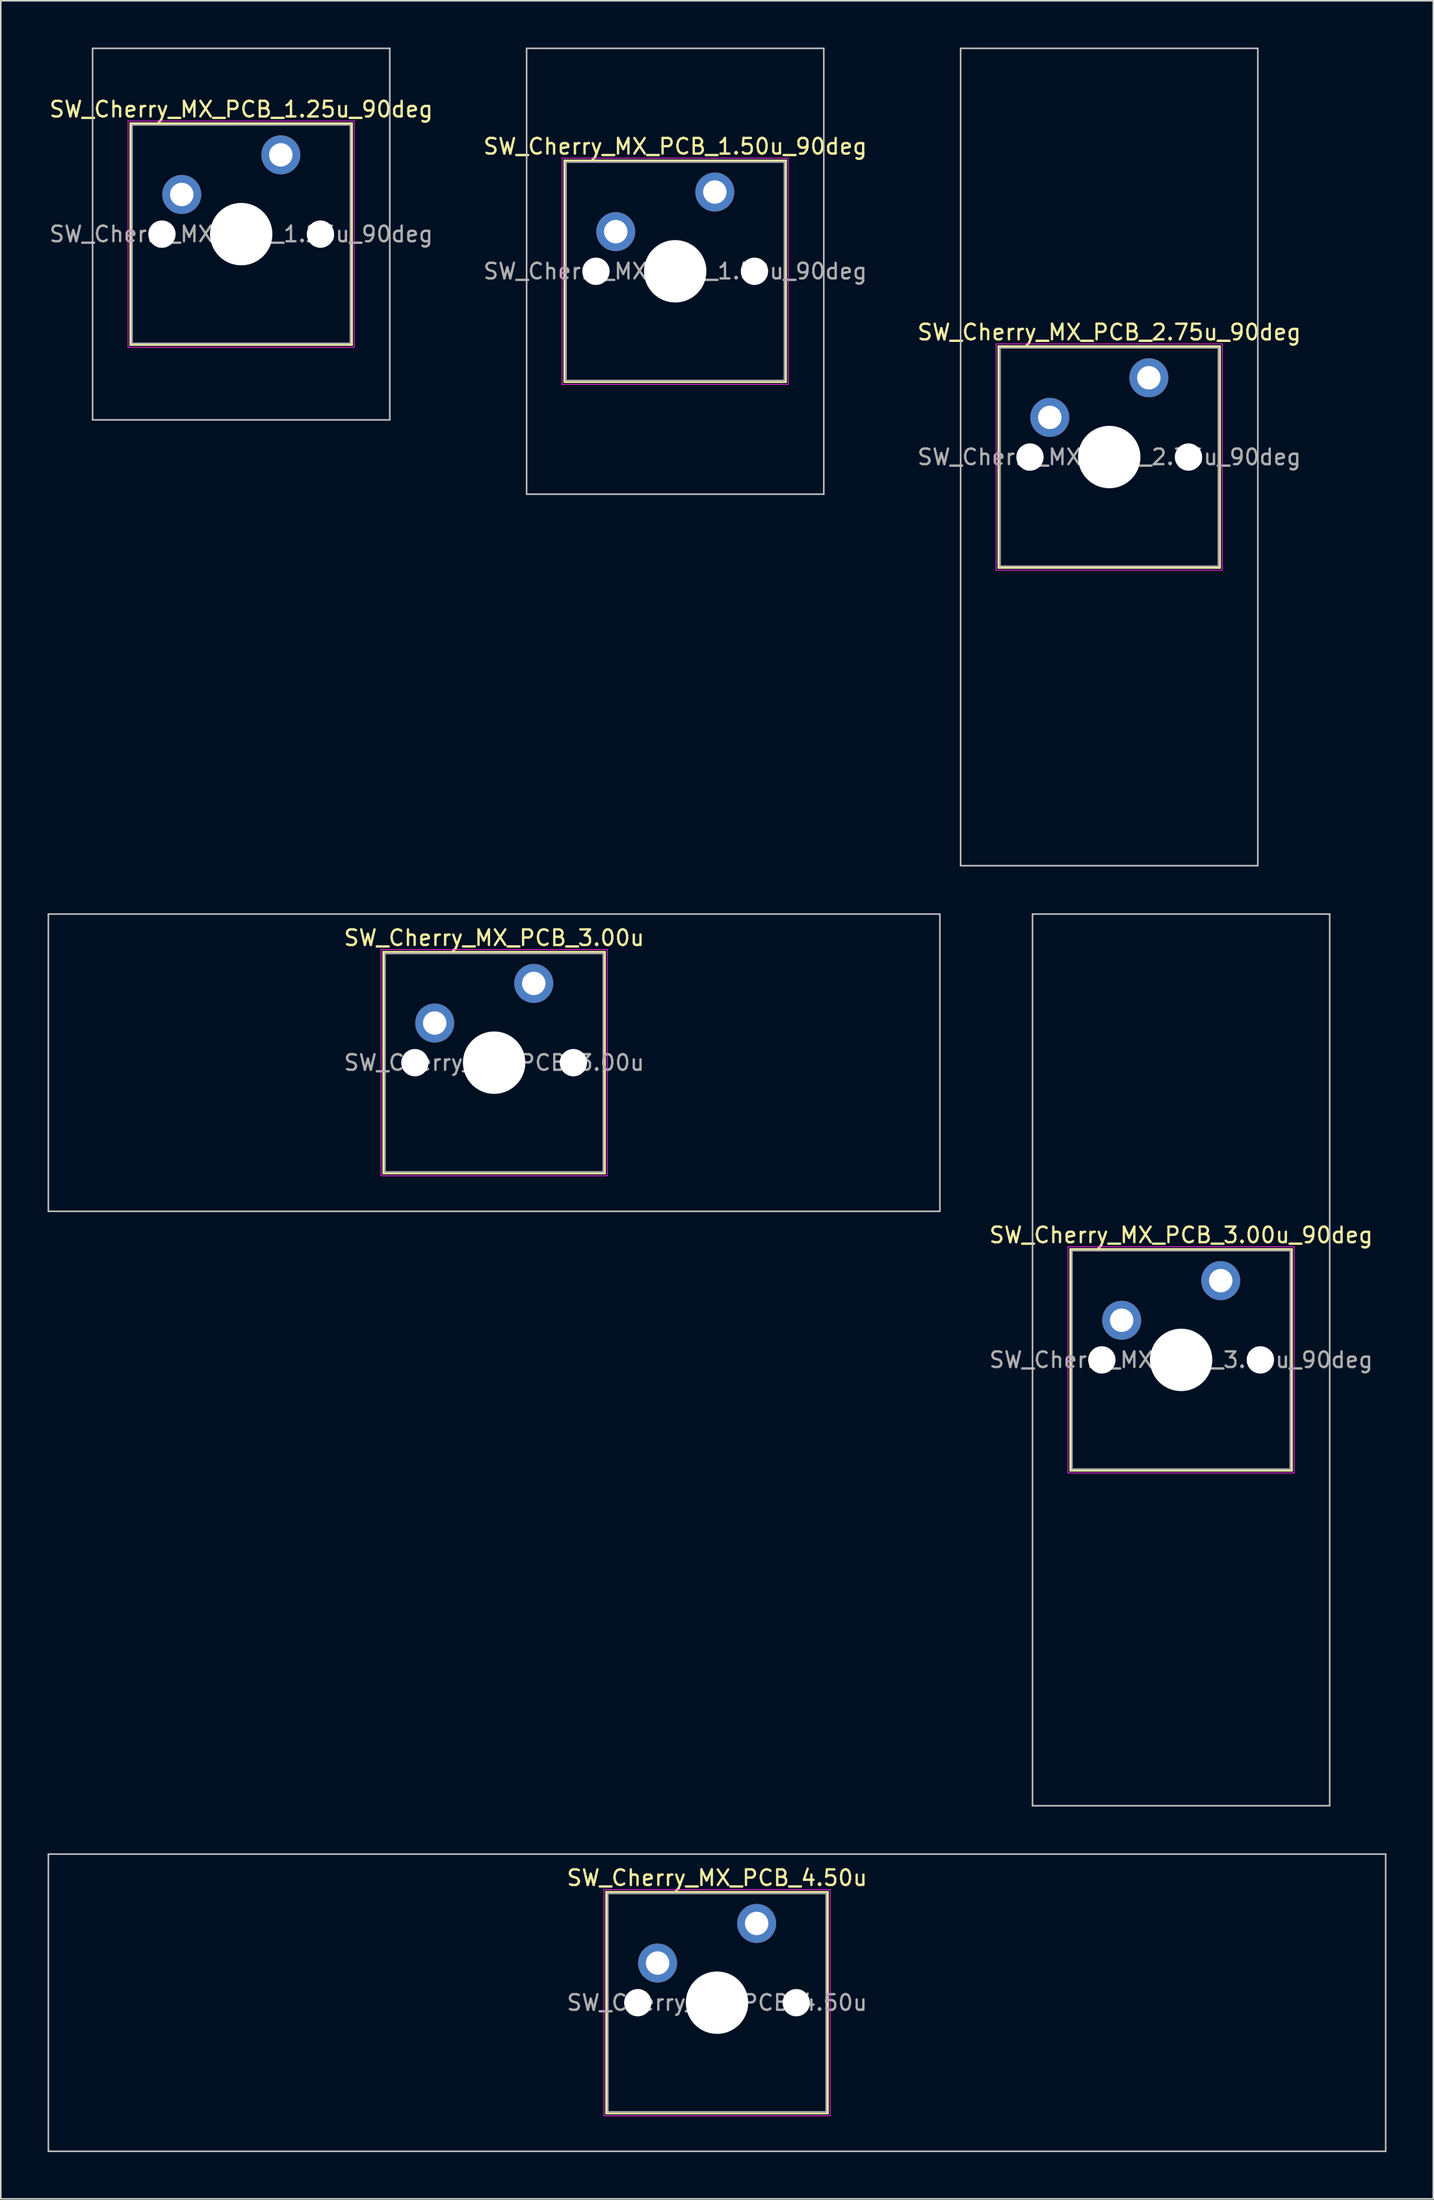
<source format=kicad_pcb>
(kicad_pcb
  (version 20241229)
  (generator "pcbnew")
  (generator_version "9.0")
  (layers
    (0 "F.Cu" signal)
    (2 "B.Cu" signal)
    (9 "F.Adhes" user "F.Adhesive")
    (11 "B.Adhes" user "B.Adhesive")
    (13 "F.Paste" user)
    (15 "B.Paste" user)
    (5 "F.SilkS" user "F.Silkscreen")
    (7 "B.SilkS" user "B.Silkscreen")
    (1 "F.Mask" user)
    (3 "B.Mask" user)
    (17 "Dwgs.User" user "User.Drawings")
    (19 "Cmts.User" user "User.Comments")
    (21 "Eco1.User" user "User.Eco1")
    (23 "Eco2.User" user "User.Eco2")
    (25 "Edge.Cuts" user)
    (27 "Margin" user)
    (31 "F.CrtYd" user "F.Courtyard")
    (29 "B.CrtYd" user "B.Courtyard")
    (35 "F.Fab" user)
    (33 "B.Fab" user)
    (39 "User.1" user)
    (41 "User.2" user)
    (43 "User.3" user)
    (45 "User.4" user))
  (footprint "SW_Cherry_MX_PCB_2.75u_90deg"
    (layer "F.Cu")
    (at 68.054 26.244)
    (property "Reference" "SW_Cherry_MX_PCB_2.75u_90deg" (at 0 -8 0) (layer "F.SilkS") (effects (font (size 1 1) (thickness 0.15))))
    (attr through_hole)
    (fp_line (start -7.1 -7.1) (end -7.1 7.1) (stroke (width 0.12) (type solid)) (layer "F.SilkS"))
    (fp_line (start -7.1 7.1) (end 7.1 7.1) (stroke (width 0.12) (type solid)) (layer "F.SilkS"))
    (fp_line (start 7.1 -7.1) (end -7.1 -7.1) (stroke (width 0.12) (type solid)) (layer "F.SilkS"))
    (fp_line (start 7.1 7.1) (end 7.1 -7.1) (stroke (width 0.12) (type solid)) (layer "F.SilkS"))
    (fp_line (start -9.525 -26.194) (end 9.525 -26.194) (stroke (width 0.1) (type solid)) (layer "Dwgs.User"))
    (fp_line (start -9.525 26.194) (end -9.525 -26.194) (stroke (width 0.1) (type solid)) (layer "Dwgs.User"))
    (fp_line (start 9.525 -26.194) (end 9.525 26.194) (stroke (width 0.1) (type solid)) (layer "Dwgs.User"))
    (fp_line (start 9.525 26.194) (end -9.525 26.194) (stroke (width 0.1) (type solid)) (layer "Dwgs.User"))
    (fp_line (start -7 -7) (end -7 7) (stroke (width 0.1) (type solid)) (layer "Eco1.User"))
    (fp_line (start -7 7) (end 7 7) (stroke (width 0.1) (type solid)) (layer "Eco1.User"))
    (fp_line (start 7 -7) (end -7 -7) (stroke (width 0.1) (type solid)) (layer "Eco1.User"))
    (fp_line (start 7 7) (end 7 -7) (stroke (width 0.1) (type solid)) (layer "Eco1.User"))
    (fp_line (start -7.25 -7.25) (end -7.25 7.25) (stroke (width 0.05) (type solid)) (layer "F.CrtYd"))
    (fp_line (start -7.25 7.25) (end 7.25 7.25) (stroke (width 0.05) (type solid)) (layer "F.CrtYd"))
    (fp_line (start 7.25 -7.25) (end -7.25 -7.25) (stroke (width 0.05) (type solid)) (layer "F.CrtYd"))
    (fp_line (start 7.25 7.25) (end 7.25 -7.25) (stroke (width 0.05) (type solid)) (layer "F.CrtYd"))
    (fp_line (start -7 -7) (end -7 7) (stroke (width 0.1) (type solid)) (layer "F.Fab"))
    (fp_line (start -7 7) (end 7 7) (stroke (width 0.1) (type solid)) (layer "F.Fab"))
    (fp_line (start 7 -7) (end -7 -7) (stroke (width 0.1) (type solid)) (layer "F.Fab"))
    (fp_line (start 7 7) (end 7 -7) (stroke (width 0.1) (type solid)) (layer "F.Fab"))
    (fp_text user "${REFERENCE}" (at 0 0 0) (layer "F.Fab") (effects (font (size 1 1) (thickness 0.15))))
    (pad "" np_thru_hole circle (at -5.08 0) (size 1.75 1.75) (drill 1.75) (layers "*.Cu" "*.Mask"))
    (pad "" smd circle (at -3.81 -2.54) (size 1.55 1.55) (layers "F.Mask"))
    (pad "" np_thru_hole circle (at 0 0) (size 4 4) (drill 4) (layers "*.Cu" "*.Mask"))
    (pad "" smd circle (at 2.54 -5.08) (size 1.55 1.55) (layers "F.Mask"))
    (pad "" np_thru_hole circle (at 5.08 0) (size 1.75 1.75) (drill 1.75) (layers "*.Cu" "*.Mask"))
    (pad "1" thru_hole circle (at -3.81 -2.54) (size 2.5 2.5) (drill 1.5) (layers "*.Cu" "B.Mask"))
    (pad "2" thru_hole circle (at 2.54 -5.08) (size 2.5 2.5) (drill 1.5) (layers "*.Cu" "B.Mask")))
  (footprint "SW_Cherry_MX_PCB_4.50u"
    (layer "F.Cu")
    (at 42.913 125.312)
    (property "Reference" "SW_Cherry_MX_PCB_4.50u" (at 0 -8 0) (layer "F.SilkS") (effects (font (size 1 1) (thickness 0.15))))
    (attr through_hole)
    (fp_line (start -7.1 -7.1) (end -7.1 7.1) (stroke (width 0.12) (type solid)) (layer "F.SilkS"))
    (fp_line (start -7.1 7.1) (end 7.1 7.1) (stroke (width 0.12) (type solid)) (layer "F.SilkS"))
    (fp_line (start 7.1 -7.1) (end -7.1 -7.1) (stroke (width 0.12) (type solid)) (layer "F.SilkS"))
    (fp_line (start 7.1 7.1) (end 7.1 -7.1) (stroke (width 0.12) (type solid)) (layer "F.SilkS"))
    (fp_line (start -42.862 -9.525) (end -42.862 9.525) (stroke (width 0.1) (type solid)) (layer "Dwgs.User"))
    (fp_line (start -42.862 9.525) (end 42.862 9.525) (stroke (width 0.1) (type solid)) (layer "Dwgs.User"))
    (fp_line (start 42.862 -9.525) (end -42.862 -9.525) (stroke (width 0.1) (type solid)) (layer "Dwgs.User"))
    (fp_line (start 42.862 9.525) (end 42.862 -9.525) (stroke (width 0.1) (type solid)) (layer "Dwgs.User"))
    (fp_line (start -7 -7) (end -7 7) (stroke (width 0.1) (type solid)) (layer "Eco1.User"))
    (fp_line (start -7 7) (end 7 7) (stroke (width 0.1) (type solid)) (layer "Eco1.User"))
    (fp_line (start 7 -7) (end -7 -7) (stroke (width 0.1) (type solid)) (layer "Eco1.User"))
    (fp_line (start 7 7) (end 7 -7) (stroke (width 0.1) (type solid)) (layer "Eco1.User"))
    (fp_line (start -7.25 -7.25) (end -7.25 7.25) (stroke (width 0.05) (type solid)) (layer "F.CrtYd"))
    (fp_line (start -7.25 7.25) (end 7.25 7.25) (stroke (width 0.05) (type solid)) (layer "F.CrtYd"))
    (fp_line (start 7.25 -7.25) (end -7.25 -7.25) (stroke (width 0.05) (type solid)) (layer "F.CrtYd"))
    (fp_line (start 7.25 7.25) (end 7.25 -7.25) (stroke (width 0.05) (type solid)) (layer "F.CrtYd"))
    (fp_line (start -7 -7) (end -7 7) (stroke (width 0.1) (type solid)) (layer "F.Fab"))
    (fp_line (start -7 7) (end 7 7) (stroke (width 0.1) (type solid)) (layer "F.Fab"))
    (fp_line (start 7 -7) (end -7 -7) (stroke (width 0.1) (type solid)) (layer "F.Fab"))
    (fp_line (start 7 7) (end 7 -7) (stroke (width 0.1) (type solid)) (layer "F.Fab"))
    (fp_text user "${REFERENCE}" (at 0 0 0) (layer "F.Fab") (effects (font (size 1 1) (thickness 0.15))))
    (pad "" np_thru_hole circle (at -5.08 0) (size 1.75 1.75) (drill 1.75) (layers "*.Cu" "*.Mask"))
    (pad "" smd circle (at -3.81 -2.54) (size 1.55 1.55) (layers "F.Mask"))
    (pad "" np_thru_hole circle (at 0 0) (size 4 4) (drill 4) (layers "*.Cu" "*.Mask"))
    (pad "" smd circle (at 2.54 -5.08) (size 1.55 1.55) (layers "F.Mask"))
    (pad "" np_thru_hole circle (at 5.08 0) (size 1.75 1.75) (drill 1.75) (layers "*.Cu" "*.Mask"))
    (pad "1" thru_hole circle (at -3.81 -2.54) (size 2.5 2.5) (drill 1.5) (layers "*.Cu" "B.Mask"))
    (pad "2" thru_hole circle (at 2.54 -5.08) (size 2.5 2.5) (drill 1.5) (layers "*.Cu" "B.Mask")))
  (footprint "SW_Cherry_MX_PCB_1.50u_90deg"
    (layer "F.Cu")
    (at 40.232 14.338)
    (property "Reference" "SW_Cherry_MX_PCB_1.50u_90deg" (at 0 -8 0) (layer "F.SilkS") (effects (font (size 1 1) (thickness 0.15))))
    (attr through_hole)
    (fp_line (start -7.1 -7.1) (end -7.1 7.1) (stroke (width 0.12) (type solid)) (layer "F.SilkS"))
    (fp_line (start -7.1 7.1) (end 7.1 7.1) (stroke (width 0.12) (type solid)) (layer "F.SilkS"))
    (fp_line (start 7.1 -7.1) (end -7.1 -7.1) (stroke (width 0.12) (type solid)) (layer "F.SilkS"))
    (fp_line (start 7.1 7.1) (end 7.1 -7.1) (stroke (width 0.12) (type solid)) (layer "F.SilkS"))
    (fp_line (start -9.525 -14.287) (end 9.525 -14.287) (stroke (width 0.1) (type solid)) (layer "Dwgs.User"))
    (fp_line (start -9.525 14.287) (end -9.525 -14.287) (stroke (width 0.1) (type solid)) (layer "Dwgs.User"))
    (fp_line (start 9.525 -14.287) (end 9.525 14.287) (stroke (width 0.1) (type solid)) (layer "Dwgs.User"))
    (fp_line (start 9.525 14.287) (end -9.525 14.287) (stroke (width 0.1) (type solid)) (layer "Dwgs.User"))
    (fp_line (start -7 -7) (end -7 7) (stroke (width 0.1) (type solid)) (layer "Eco1.User"))
    (fp_line (start -7 7) (end 7 7) (stroke (width 0.1) (type solid)) (layer "Eco1.User"))
    (fp_line (start 7 -7) (end -7 -7) (stroke (width 0.1) (type solid)) (layer "Eco1.User"))
    (fp_line (start 7 7) (end 7 -7) (stroke (width 0.1) (type solid)) (layer "Eco1.User"))
    (fp_line (start -7.25 -7.25) (end -7.25 7.25) (stroke (width 0.05) (type solid)) (layer "F.CrtYd"))
    (fp_line (start -7.25 7.25) (end 7.25 7.25) (stroke (width 0.05) (type solid)) (layer "F.CrtYd"))
    (fp_line (start 7.25 -7.25) (end -7.25 -7.25) (stroke (width 0.05) (type solid)) (layer "F.CrtYd"))
    (fp_line (start 7.25 7.25) (end 7.25 -7.25) (stroke (width 0.05) (type solid)) (layer "F.CrtYd"))
    (fp_line (start -7 -7) (end -7 7) (stroke (width 0.1) (type solid)) (layer "F.Fab"))
    (fp_line (start -7 7) (end 7 7) (stroke (width 0.1) (type solid)) (layer "F.Fab"))
    (fp_line (start 7 -7) (end -7 -7) (stroke (width 0.1) (type solid)) (layer "F.Fab"))
    (fp_line (start 7 7) (end 7 -7) (stroke (width 0.1) (type solid)) (layer "F.Fab"))
    (fp_text user "${REFERENCE}" (at 0 0 0) (layer "F.Fab") (effects (font (size 1 1) (thickness 0.15))))
    (pad "" np_thru_hole circle (at -5.08 0) (size 1.75 1.75) (drill 1.75) (layers "*.Cu" "*.Mask"))
    (pad "" smd circle (at -3.81 -2.54) (size 1.55 1.55) (layers "F.Mask"))
    (pad "" np_thru_hole circle (at 0 0) (size 4 4) (drill 4) (layers "*.Cu" "*.Mask"))
    (pad "" smd circle (at 2.54 -5.08) (size 1.55 1.55) (layers "F.Mask"))
    (pad "" np_thru_hole circle (at 5.08 0) (size 1.75 1.75) (drill 1.75) (layers "*.Cu" "*.Mask"))
    (pad "1" thru_hole circle (at -3.81 -2.54) (size 2.5 2.5) (drill 1.5) (layers "*.Cu" "B.Mask"))
    (pad "2" thru_hole circle (at 2.54 -5.08) (size 2.5 2.5) (drill 1.5) (layers "*.Cu" "B.Mask")))
  (footprint "SW_Cherry_MX_PCB_3.00u_90deg"
    (layer "F.Cu")
    (at 72.661 84.112)
    (property "Reference" "SW_Cherry_MX_PCB_3.00u_90deg" (at 0 -8 0) (layer "F.SilkS") (effects (font (size 1 1) (thickness 0.15))))
    (attr through_hole)
    (fp_line (start -7.1 -7.1) (end -7.1 7.1) (stroke (width 0.12) (type solid)) (layer "F.SilkS"))
    (fp_line (start -7.1 7.1) (end 7.1 7.1) (stroke (width 0.12) (type solid)) (layer "F.SilkS"))
    (fp_line (start 7.1 -7.1) (end -7.1 -7.1) (stroke (width 0.12) (type solid)) (layer "F.SilkS"))
    (fp_line (start 7.1 7.1) (end 7.1 -7.1) (stroke (width 0.12) (type solid)) (layer "F.SilkS"))
    (fp_line (start -9.525 -28.575) (end 9.525 -28.575) (stroke (width 0.1) (type solid)) (layer "Dwgs.User"))
    (fp_line (start -9.525 28.575) (end -9.525 -28.575) (stroke (width 0.1) (type solid)) (layer "Dwgs.User"))
    (fp_line (start 9.525 -28.575) (end 9.525 28.575) (stroke (width 0.1) (type solid)) (layer "Dwgs.User"))
    (fp_line (start 9.525 28.575) (end -9.525 28.575) (stroke (width 0.1) (type solid)) (layer "Dwgs.User"))
    (fp_line (start -7 -7) (end -7 7) (stroke (width 0.1) (type solid)) (layer "Eco1.User"))
    (fp_line (start -7 7) (end 7 7) (stroke (width 0.1) (type solid)) (layer "Eco1.User"))
    (fp_line (start 7 -7) (end -7 -7) (stroke (width 0.1) (type solid)) (layer "Eco1.User"))
    (fp_line (start 7 7) (end 7 -7) (stroke (width 0.1) (type solid)) (layer "Eco1.User"))
    (fp_line (start -7.25 -7.25) (end -7.25 7.25) (stroke (width 0.05) (type solid)) (layer "F.CrtYd"))
    (fp_line (start -7.25 7.25) (end 7.25 7.25) (stroke (width 0.05) (type solid)) (layer "F.CrtYd"))
    (fp_line (start 7.25 -7.25) (end -7.25 -7.25) (stroke (width 0.05) (type solid)) (layer "F.CrtYd"))
    (fp_line (start 7.25 7.25) (end 7.25 -7.25) (stroke (width 0.05) (type solid)) (layer "F.CrtYd"))
    (fp_line (start -7 -7) (end -7 7) (stroke (width 0.1) (type solid)) (layer "F.Fab"))
    (fp_line (start -7 7) (end 7 7) (stroke (width 0.1) (type solid)) (layer "F.Fab"))
    (fp_line (start 7 -7) (end -7 -7) (stroke (width 0.1) (type solid)) (layer "F.Fab"))
    (fp_line (start 7 7) (end 7 -7) (stroke (width 0.1) (type solid)) (layer "F.Fab"))
    (fp_text user "${REFERENCE}" (at 0 0 0) (layer "F.Fab") (effects (font (size 1 1) (thickness 0.15))))
    (pad "" np_thru_hole circle (at -5.08 0) (size 1.75 1.75) (drill 1.75) (layers "*.Cu" "*.Mask"))
    (pad "" smd circle (at -3.81 -2.54) (size 1.55 1.55) (layers "F.Mask"))
    (pad "" np_thru_hole circle (at 0 0) (size 4 4) (drill 4) (layers "*.Cu" "*.Mask"))
    (pad "" smd circle (at 2.54 -5.08) (size 1.55 1.55) (layers "F.Mask"))
    (pad "" np_thru_hole circle (at 5.08 0) (size 1.75 1.75) (drill 1.75) (layers "*.Cu" "*.Mask"))
    (pad "1" thru_hole circle (at -3.81 -2.54) (size 2.5 2.5) (drill 1.5) (layers "*.Cu" "B.Mask"))
    (pad "2" thru_hole circle (at 2.54 -5.08) (size 2.5 2.5) (drill 1.5) (layers "*.Cu" "B.Mask")))
  (footprint "SW_Cherry_MX_PCB_3.00u"
    (layer "F.Cu")
    (at 28.625 65.062)
    (property "Reference" "SW_Cherry_MX_PCB_3.00u" (at 0 -8 0) (layer "F.SilkS") (effects (font (size 1 1) (thickness 0.15))))
    (attr through_hole)
    (fp_line (start -7.1 -7.1) (end -7.1 7.1) (stroke (width 0.12) (type solid)) (layer "F.SilkS"))
    (fp_line (start -7.1 7.1) (end 7.1 7.1) (stroke (width 0.12) (type solid)) (layer "F.SilkS"))
    (fp_line (start 7.1 -7.1) (end -7.1 -7.1) (stroke (width 0.12) (type solid)) (layer "F.SilkS"))
    (fp_line (start 7.1 7.1) (end 7.1 -7.1) (stroke (width 0.12) (type solid)) (layer "F.SilkS"))
    (fp_line (start -28.575 -9.525) (end -28.575 9.525) (stroke (width 0.1) (type solid)) (layer "Dwgs.User"))
    (fp_line (start -28.575 9.525) (end 28.575 9.525) (stroke (width 0.1) (type solid)) (layer "Dwgs.User"))
    (fp_line (start 28.575 -9.525) (end -28.575 -9.525) (stroke (width 0.1) (type solid)) (layer "Dwgs.User"))
    (fp_line (start 28.575 9.525) (end 28.575 -9.525) (stroke (width 0.1) (type solid)) (layer "Dwgs.User"))
    (fp_line (start -7 -7) (end -7 7) (stroke (width 0.1) (type solid)) (layer "Eco1.User"))
    (fp_line (start -7 7) (end 7 7) (stroke (width 0.1) (type solid)) (layer "Eco1.User"))
    (fp_line (start 7 -7) (end -7 -7) (stroke (width 0.1) (type solid)) (layer "Eco1.User"))
    (fp_line (start 7 7) (end 7 -7) (stroke (width 0.1) (type solid)) (layer "Eco1.User"))
    (fp_line (start -7.25 -7.25) (end -7.25 7.25) (stroke (width 0.05) (type solid)) (layer "F.CrtYd"))
    (fp_line (start -7.25 7.25) (end 7.25 7.25) (stroke (width 0.05) (type solid)) (layer "F.CrtYd"))
    (fp_line (start 7.25 -7.25) (end -7.25 -7.25) (stroke (width 0.05) (type solid)) (layer "F.CrtYd"))
    (fp_line (start 7.25 7.25) (end 7.25 -7.25) (stroke (width 0.05) (type solid)) (layer "F.CrtYd"))
    (fp_line (start -7 -7) (end -7 7) (stroke (width 0.1) (type solid)) (layer "F.Fab"))
    (fp_line (start -7 7) (end 7 7) (stroke (width 0.1) (type solid)) (layer "F.Fab"))
    (fp_line (start 7 -7) (end -7 -7) (stroke (width 0.1) (type solid)) (layer "F.Fab"))
    (fp_line (start 7 7) (end 7 -7) (stroke (width 0.1) (type solid)) (layer "F.Fab"))
    (fp_text user "${REFERENCE}" (at 0 0 0) (layer "F.Fab") (effects (font (size 1 1) (thickness 0.15))))
    (pad "" np_thru_hole circle (at -5.08 0) (size 1.75 1.75) (drill 1.75) (layers "*.Cu" "*.Mask"))
    (pad "" smd circle (at -3.81 -2.54) (size 1.55 1.55) (layers "F.Mask"))
    (pad "" np_thru_hole circle (at 0 0) (size 4 4) (drill 4) (layers "*.Cu" "*.Mask"))
    (pad "" smd circle (at 2.54 -5.08) (size 1.55 1.55) (layers "F.Mask"))
    (pad "" np_thru_hole circle (at 5.08 0) (size 1.75 1.75) (drill 1.75) (layers "*.Cu" "*.Mask"))
    (pad "1" thru_hole circle (at -3.81 -2.54) (size 2.5 2.5) (drill 1.5) (layers "*.Cu" "B.Mask"))
    (pad "2" thru_hole circle (at 2.54 -5.08) (size 2.5 2.5) (drill 1.5) (layers "*.Cu" "B.Mask")))
  (footprint "SW_Cherry_MX_PCB_1.25u_90deg"
    (layer "F.Cu")
    (at 12.411 11.956)
    (property "Reference" "SW_Cherry_MX_PCB_1.25u_90deg" (at 0 -8 0) (layer "F.SilkS") (effects (font (size 1 1) (thickness 0.15))))
    (attr through_hole)
    (fp_line (start -7.1 -7.1) (end -7.1 7.1) (stroke (width 0.12) (type solid)) (layer "F.SilkS"))
    (fp_line (start -7.1 7.1) (end 7.1 7.1) (stroke (width 0.12) (type solid)) (layer "F.SilkS"))
    (fp_line (start 7.1 -7.1) (end -7.1 -7.1) (stroke (width 0.12) (type solid)) (layer "F.SilkS"))
    (fp_line (start 7.1 7.1) (end 7.1 -7.1) (stroke (width 0.12) (type solid)) (layer "F.SilkS"))
    (fp_line (start -9.525 -11.906) (end 9.525 -11.906) (stroke (width 0.1) (type solid)) (layer "Dwgs.User"))
    (fp_line (start -9.525 11.906) (end -9.525 -11.906) (stroke (width 0.1) (type solid)) (layer "Dwgs.User"))
    (fp_line (start 9.525 -11.906) (end 9.525 11.906) (stroke (width 0.1) (type solid)) (layer "Dwgs.User"))
    (fp_line (start 9.525 11.906) (end -9.525 11.906) (stroke (width 0.1) (type solid)) (layer "Dwgs.User"))
    (fp_line (start -7 -7) (end -7 7) (stroke (width 0.1) (type solid)) (layer "Eco1.User"))
    (fp_line (start -7 7) (end 7 7) (stroke (width 0.1) (type solid)) (layer "Eco1.User"))
    (fp_line (start 7 -7) (end -7 -7) (stroke (width 0.1) (type solid)) (layer "Eco1.User"))
    (fp_line (start 7 7) (end 7 -7) (stroke (width 0.1) (type solid)) (layer "Eco1.User"))
    (fp_line (start -7.25 -7.25) (end -7.25 7.25) (stroke (width 0.05) (type solid)) (layer "F.CrtYd"))
    (fp_line (start -7.25 7.25) (end 7.25 7.25) (stroke (width 0.05) (type solid)) (layer "F.CrtYd"))
    (fp_line (start 7.25 -7.25) (end -7.25 -7.25) (stroke (width 0.05) (type solid)) (layer "F.CrtYd"))
    (fp_line (start 7.25 7.25) (end 7.25 -7.25) (stroke (width 0.05) (type solid)) (layer "F.CrtYd"))
    (fp_line (start -7 -7) (end -7 7) (stroke (width 0.1) (type solid)) (layer "F.Fab"))
    (fp_line (start -7 7) (end 7 7) (stroke (width 0.1) (type solid)) (layer "F.Fab"))
    (fp_line (start 7 -7) (end -7 -7) (stroke (width 0.1) (type solid)) (layer "F.Fab"))
    (fp_line (start 7 7) (end 7 -7) (stroke (width 0.1) (type solid)) (layer "F.Fab"))
    (fp_text user "${REFERENCE}" (at 0 0 0) (layer "F.Fab") (effects (font (size 1 1) (thickness 0.15))))
    (pad "" np_thru_hole circle (at -5.08 0) (size 1.75 1.75) (drill 1.75) (layers "*.Cu" "*.Mask"))
    (pad "" smd circle (at -3.81 -2.54) (size 1.55 1.55) (layers "F.Mask"))
    (pad "" np_thru_hole circle (at 0 0) (size 4 4) (drill 4) (layers "*.Cu" "*.Mask"))
    (pad "" smd circle (at 2.54 -5.08) (size 1.55 1.55) (layers "F.Mask"))
    (pad "" np_thru_hole circle (at 5.08 0) (size 1.75 1.75) (drill 1.75) (layers "*.Cu" "*.Mask"))
    (pad "1" thru_hole circle (at -3.81 -2.54) (size 2.5 2.5) (drill 1.5) (layers "*.Cu" "B.Mask"))
    (pad "2" thru_hole circle (at 2.54 -5.08) (size 2.5 2.5) (drill 1.5) (layers "*.Cu" "B.Mask")))
  (gr_rect
    (start -3 -3)
    (end 88.825 137.887)
    (stroke (width 0.1) (type default))
    (fill no)
    (layer "Edge.Cuts")))
</source>
